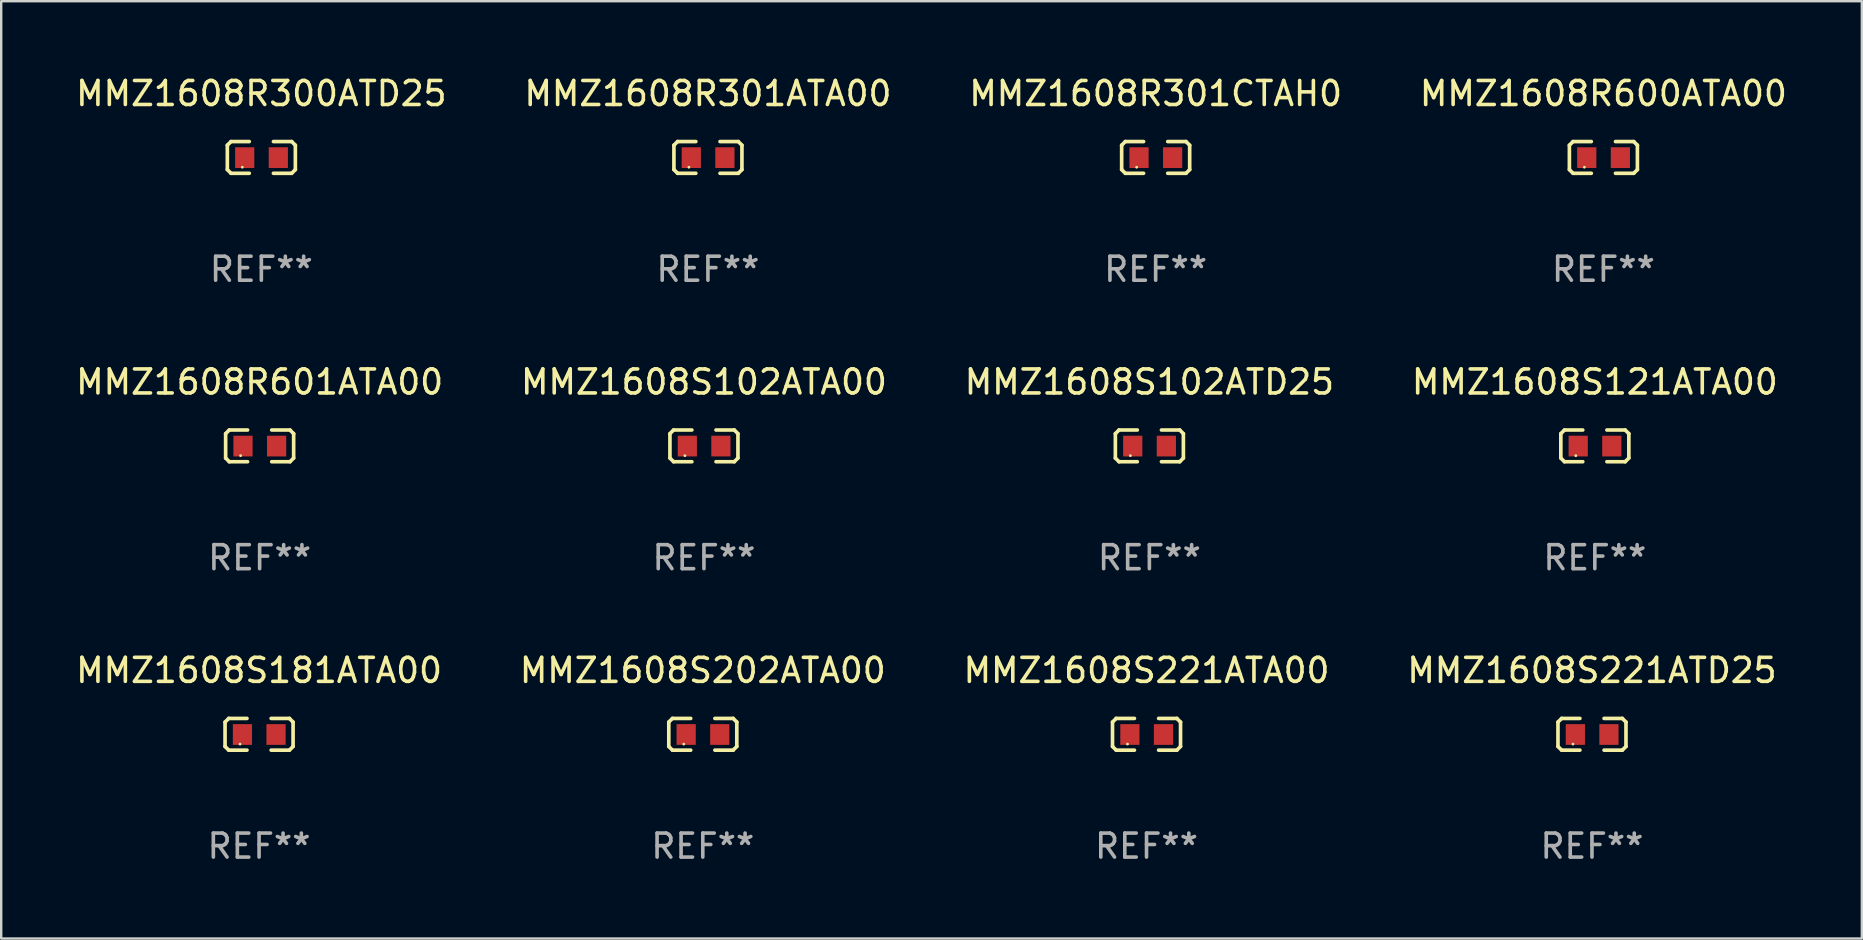
<source format=kicad_pcb>
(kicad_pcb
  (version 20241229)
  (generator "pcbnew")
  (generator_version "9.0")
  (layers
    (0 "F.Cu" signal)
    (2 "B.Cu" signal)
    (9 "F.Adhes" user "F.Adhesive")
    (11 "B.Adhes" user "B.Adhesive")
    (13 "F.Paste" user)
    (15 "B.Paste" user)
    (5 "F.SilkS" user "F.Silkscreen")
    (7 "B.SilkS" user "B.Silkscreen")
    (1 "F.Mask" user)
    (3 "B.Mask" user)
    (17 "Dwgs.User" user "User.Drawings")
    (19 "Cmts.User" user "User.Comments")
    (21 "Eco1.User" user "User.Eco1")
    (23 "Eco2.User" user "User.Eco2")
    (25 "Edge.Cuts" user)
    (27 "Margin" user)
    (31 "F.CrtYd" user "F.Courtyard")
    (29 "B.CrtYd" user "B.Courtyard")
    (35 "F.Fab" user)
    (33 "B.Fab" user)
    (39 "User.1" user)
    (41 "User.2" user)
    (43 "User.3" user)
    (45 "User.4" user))
  (footprint "MMZ1608R600ATA00"
    (layer "F.Cu")
    (at 63.756 3.509)
    (property "Reference" "MMZ1608R600ATA00" (at 0 -2.661 0) (layer "F.SilkS") (effects (font (size 1 1) (thickness 0.15))))
    (attr through_hole)
    (fp_line (start -1.417 -0.508) (end -1.265 -0.661) (stroke (width 0.152) (type solid)) (layer "F.SilkS"))
    (fp_line (start -1.417 0.508) (end -1.417 -0.508) (stroke (width 0.152) (type solid)) (layer "F.SilkS"))
    (fp_line (start -1.265 -0.661) (end -0.503 -0.661) (stroke (width 0.152) (type solid)) (layer "F.SilkS"))
    (fp_line (start -1.265 0.661) (end -1.417 0.508) (stroke (width 0.152) (type solid)) (layer "F.SilkS"))
    (fp_line (start -1.265 0.661) (end -0.503 0.661) (stroke (width 0.152) (type solid)) (layer "F.SilkS"))
    (fp_line (start 1.265 -0.661) (end 0.503 -0.661) (stroke (width 0.152) (type solid)) (layer "F.SilkS"))
    (fp_line (start 1.265 -0.661) (end 1.417 -0.508) (stroke (width 0.152) (type solid)) (layer "F.SilkS"))
    (fp_line (start 1.265 0.661) (end 0.503 0.661) (stroke (width 0.152) (type solid)) (layer "F.SilkS"))
    (fp_line (start 1.417 -0.508) (end 1.417 0.508) (stroke (width 0.152) (type solid)) (layer "F.SilkS"))
    (fp_line (start 1.417 0.508) (end 1.265 0.661) (stroke (width 0.152) (type solid)) (layer "F.SilkS"))
    (fp_circle (center -0.793 0.409) (end -0.763 0.409) (stroke (width 0.06) (type solid)) (fill no) (layer "F.SilkS"))
    (fp_text user "REF**" (at 0 4.661 0) (layer "F.Fab") (effects (font (size 1 1) (thickness 0.15))))
    (pad "1" smd rect (at -0.693 0.009 180) (size 0.8 0.864) (layers "F.Cu" "F.Mask" "F.Paste"))
    (pad "2" smd rect (at 0.707 0.009 180) (size 0.8 0.864) (layers "F.Cu" "F.Mask" "F.Paste")))
  (footprint "MMZ1608S121ATA00"
    (layer "F.Cu")
    (at 63.399 15.527)
    (property "Reference" "MMZ1608S121ATA00" (at 0 -2.661 0) (layer "F.SilkS") (effects (font (size 1 1) (thickness 0.15))))
    (attr through_hole)
    (fp_line (start -1.417 -0.508) (end -1.265 -0.661) (stroke (width 0.152) (type solid)) (layer "F.SilkS"))
    (fp_line (start -1.417 0.508) (end -1.417 -0.508) (stroke (width 0.152) (type solid)) (layer "F.SilkS"))
    (fp_line (start -1.265 -0.661) (end -0.503 -0.661) (stroke (width 0.152) (type solid)) (layer "F.SilkS"))
    (fp_line (start -1.265 0.661) (end -1.417 0.508) (stroke (width 0.152) (type solid)) (layer "F.SilkS"))
    (fp_line (start -1.265 0.661) (end -0.503 0.661) (stroke (width 0.152) (type solid)) (layer "F.SilkS"))
    (fp_line (start 1.265 -0.661) (end 0.503 -0.661) (stroke (width 0.152) (type solid)) (layer "F.SilkS"))
    (fp_line (start 1.265 -0.661) (end 1.417 -0.508) (stroke (width 0.152) (type solid)) (layer "F.SilkS"))
    (fp_line (start 1.265 0.661) (end 0.503 0.661) (stroke (width 0.152) (type solid)) (layer "F.SilkS"))
    (fp_line (start 1.417 -0.508) (end 1.417 0.508) (stroke (width 0.152) (type solid)) (layer "F.SilkS"))
    (fp_line (start 1.417 0.508) (end 1.265 0.661) (stroke (width 0.152) (type solid)) (layer "F.SilkS"))
    (fp_circle (center -0.793 0.409) (end -0.763 0.409) (stroke (width 0.06) (type solid)) (fill no) (layer "F.SilkS"))
    (fp_text user "REF**" (at 0 4.661 0) (layer "F.Fab") (effects (font (size 1 1) (thickness 0.15))))
    (pad "1" smd rect (at -0.693 0.009 180) (size 0.8 0.864) (layers "F.Cu" "F.Mask" "F.Paste"))
    (pad "2" smd rect (at 0.707 0.009 180) (size 0.8 0.864) (layers "F.Cu" "F.Mask" "F.Paste")))
  (footprint "MMZ1608S221ATD25"
    (layer "F.Cu")
    (at 63.28 27.544)
    (property "Reference" "MMZ1608S221ATD25" (at 0 -2.661 0) (layer "F.SilkS") (effects (font (size 1 1) (thickness 0.15))))
    (attr through_hole)
    (fp_line (start -1.417 -0.508) (end -1.265 -0.661) (stroke (width 0.152) (type solid)) (layer "F.SilkS"))
    (fp_line (start -1.417 0.508) (end -1.417 -0.508) (stroke (width 0.152) (type solid)) (layer "F.SilkS"))
    (fp_line (start -1.265 -0.661) (end -0.503 -0.661) (stroke (width 0.152) (type solid)) (layer "F.SilkS"))
    (fp_line (start -1.265 0.661) (end -1.417 0.508) (stroke (width 0.152) (type solid)) (layer "F.SilkS"))
    (fp_line (start -1.265 0.661) (end -0.503 0.661) (stroke (width 0.152) (type solid)) (layer "F.SilkS"))
    (fp_line (start 1.265 -0.661) (end 0.503 -0.661) (stroke (width 0.152) (type solid)) (layer "F.SilkS"))
    (fp_line (start 1.265 -0.661) (end 1.417 -0.508) (stroke (width 0.152) (type solid)) (layer "F.SilkS"))
    (fp_line (start 1.265 0.661) (end 0.503 0.661) (stroke (width 0.152) (type solid)) (layer "F.SilkS"))
    (fp_line (start 1.417 -0.508) (end 1.417 0.508) (stroke (width 0.152) (type solid)) (layer "F.SilkS"))
    (fp_line (start 1.417 0.508) (end 1.265 0.661) (stroke (width 0.152) (type solid)) (layer "F.SilkS"))
    (fp_circle (center -0.793 0.409) (end -0.763 0.409) (stroke (width 0.06) (type solid)) (fill no) (layer "F.SilkS"))
    (fp_text user "REF**" (at 0 4.661 0) (layer "F.Fab") (effects (font (size 1 1) (thickness 0.15))))
    (pad "1" smd rect (at -0.693 0.009 180) (size 0.8 0.864) (layers "F.Cu" "F.Mask" "F.Paste"))
    (pad "2" smd rect (at 0.707 0.009 180) (size 0.8 0.864) (layers "F.Cu" "F.Mask" "F.Paste")))
  (footprint "MMZ1608R601ATA00"
    (layer "F.Cu")
    (at 7.768 15.527)
    (property "Reference" "MMZ1608R601ATA00" (at 0 -2.661 0) (layer "F.SilkS") (effects (font (size 1 1) (thickness 0.15))))
    (attr through_hole)
    (fp_line (start -1.417 -0.508) (end -1.265 -0.661) (stroke (width 0.152) (type solid)) (layer "F.SilkS"))
    (fp_line (start -1.417 0.508) (end -1.417 -0.508) (stroke (width 0.152) (type solid)) (layer "F.SilkS"))
    (fp_line (start -1.265 -0.661) (end -0.503 -0.661) (stroke (width 0.152) (type solid)) (layer "F.SilkS"))
    (fp_line (start -1.265 0.661) (end -1.417 0.508) (stroke (width 0.152) (type solid)) (layer "F.SilkS"))
    (fp_line (start -1.265 0.661) (end -0.503 0.661) (stroke (width 0.152) (type solid)) (layer "F.SilkS"))
    (fp_line (start 1.265 -0.661) (end 0.503 -0.661) (stroke (width 0.152) (type solid)) (layer "F.SilkS"))
    (fp_line (start 1.265 -0.661) (end 1.417 -0.508) (stroke (width 0.152) (type solid)) (layer "F.SilkS"))
    (fp_line (start 1.265 0.661) (end 0.503 0.661) (stroke (width 0.152) (type solid)) (layer "F.SilkS"))
    (fp_line (start 1.417 -0.508) (end 1.417 0.508) (stroke (width 0.152) (type solid)) (layer "F.SilkS"))
    (fp_line (start 1.417 0.508) (end 1.265 0.661) (stroke (width 0.152) (type solid)) (layer "F.SilkS"))
    (fp_circle (center -0.793 0.409) (end -0.763 0.409) (stroke (width 0.06) (type solid)) (fill no) (layer "F.SilkS"))
    (fp_text user "REF**" (at 0 4.661 0) (layer "F.Fab") (effects (font (size 1 1) (thickness 0.15))))
    (pad "1" smd rect (at -0.693 0.009 180) (size 0.8 0.864) (layers "F.Cu" "F.Mask" "F.Paste"))
    (pad "2" smd rect (at 0.707 0.009 180) (size 0.8 0.864) (layers "F.Cu" "F.Mask" "F.Paste")))
  (footprint "MMZ1608S181ATA00"
    (layer "F.Cu")
    (at 7.744 27.544)
    (property "Reference" "MMZ1608S181ATA00" (at 0 -2.661 0) (layer "F.SilkS") (effects (font (size 1 1) (thickness 0.15))))
    (attr through_hole)
    (fp_line (start -1.417 -0.508) (end -1.265 -0.661) (stroke (width 0.152) (type solid)) (layer "F.SilkS"))
    (fp_line (start -1.417 0.508) (end -1.417 -0.508) (stroke (width 0.152) (type solid)) (layer "F.SilkS"))
    (fp_line (start -1.265 -0.661) (end -0.503 -0.661) (stroke (width 0.152) (type solid)) (layer "F.SilkS"))
    (fp_line (start -1.265 0.661) (end -1.417 0.508) (stroke (width 0.152) (type solid)) (layer "F.SilkS"))
    (fp_line (start -1.265 0.661) (end -0.503 0.661) (stroke (width 0.152) (type solid)) (layer "F.SilkS"))
    (fp_line (start 1.265 -0.661) (end 0.503 -0.661) (stroke (width 0.152) (type solid)) (layer "F.SilkS"))
    (fp_line (start 1.265 -0.661) (end 1.417 -0.508) (stroke (width 0.152) (type solid)) (layer "F.SilkS"))
    (fp_line (start 1.265 0.661) (end 0.503 0.661) (stroke (width 0.152) (type solid)) (layer "F.SilkS"))
    (fp_line (start 1.417 -0.508) (end 1.417 0.508) (stroke (width 0.152) (type solid)) (layer "F.SilkS"))
    (fp_line (start 1.417 0.508) (end 1.265 0.661) (stroke (width 0.152) (type solid)) (layer "F.SilkS"))
    (fp_circle (center -0.793 0.409) (end -0.763 0.409) (stroke (width 0.06) (type solid)) (fill no) (layer "F.SilkS"))
    (fp_text user "REF**" (at 0 4.661 0) (layer "F.Fab") (effects (font (size 1 1) (thickness 0.15))))
    (pad "1" smd rect (at -0.693 0.009 180) (size 0.8 0.864) (layers "F.Cu" "F.Mask" "F.Paste"))
    (pad "2" smd rect (at 0.707 0.009 180) (size 0.8 0.864) (layers "F.Cu" "F.Mask" "F.Paste")))
  (footprint "MMZ1608S102ATA00"
    (layer "F.Cu")
    (at 26.28 15.527)
    (property "Reference" "MMZ1608S102ATA00" (at 0 -2.661 0) (layer "F.SilkS") (effects (font (size 1 1) (thickness 0.15))))
    (attr through_hole)
    (fp_line (start -1.417 -0.508) (end -1.265 -0.661) (stroke (width 0.152) (type solid)) (layer "F.SilkS"))
    (fp_line (start -1.417 0.508) (end -1.417 -0.508) (stroke (width 0.152) (type solid)) (layer "F.SilkS"))
    (fp_line (start -1.265 -0.661) (end -0.503 -0.661) (stroke (width 0.152) (type solid)) (layer "F.SilkS"))
    (fp_line (start -1.265 0.661) (end -1.417 0.508) (stroke (width 0.152) (type solid)) (layer "F.SilkS"))
    (fp_line (start -1.265 0.661) (end -0.503 0.661) (stroke (width 0.152) (type solid)) (layer "F.SilkS"))
    (fp_line (start 1.265 -0.661) (end 0.503 -0.661) (stroke (width 0.152) (type solid)) (layer "F.SilkS"))
    (fp_line (start 1.265 -0.661) (end 1.417 -0.508) (stroke (width 0.152) (type solid)) (layer "F.SilkS"))
    (fp_line (start 1.265 0.661) (end 0.503 0.661) (stroke (width 0.152) (type solid)) (layer "F.SilkS"))
    (fp_line (start 1.417 -0.508) (end 1.417 0.508) (stroke (width 0.152) (type solid)) (layer "F.SilkS"))
    (fp_line (start 1.417 0.508) (end 1.265 0.661) (stroke (width 0.152) (type solid)) (layer "F.SilkS"))
    (fp_circle (center -0.793 0.409) (end -0.763 0.409) (stroke (width 0.06) (type solid)) (fill no) (layer "F.SilkS"))
    (fp_text user "REF**" (at 0 4.661 0) (layer "F.Fab") (effects (font (size 1 1) (thickness 0.15))))
    (pad "1" smd rect (at -0.693 0.009 180) (size 0.8 0.864) (layers "F.Cu" "F.Mask" "F.Paste"))
    (pad "2" smd rect (at 0.707 0.009 180) (size 0.8 0.864) (layers "F.Cu" "F.Mask" "F.Paste")))
  (footprint "MMZ1608S102ATD25"
    (layer "F.Cu")
    (at 44.839 15.527)
    (property "Reference" "MMZ1608S102ATD25" (at 0 -2.661 0) (layer "F.SilkS") (effects (font (size 1 1) (thickness 0.15))))
    (attr through_hole)
    (fp_line (start -1.417 -0.508) (end -1.265 -0.661) (stroke (width 0.152) (type solid)) (layer "F.SilkS"))
    (fp_line (start -1.417 0.508) (end -1.417 -0.508) (stroke (width 0.152) (type solid)) (layer "F.SilkS"))
    (fp_line (start -1.265 -0.661) (end -0.503 -0.661) (stroke (width 0.152) (type solid)) (layer "F.SilkS"))
    (fp_line (start -1.265 0.661) (end -1.417 0.508) (stroke (width 0.152) (type solid)) (layer "F.SilkS"))
    (fp_line (start -1.265 0.661) (end -0.503 0.661) (stroke (width 0.152) (type solid)) (layer "F.SilkS"))
    (fp_line (start 1.265 -0.661) (end 0.503 -0.661) (stroke (width 0.152) (type solid)) (layer "F.SilkS"))
    (fp_line (start 1.265 -0.661) (end 1.417 -0.508) (stroke (width 0.152) (type solid)) (layer "F.SilkS"))
    (fp_line (start 1.265 0.661) (end 0.503 0.661) (stroke (width 0.152) (type solid)) (layer "F.SilkS"))
    (fp_line (start 1.417 -0.508) (end 1.417 0.508) (stroke (width 0.152) (type solid)) (layer "F.SilkS"))
    (fp_line (start 1.417 0.508) (end 1.265 0.661) (stroke (width 0.152) (type solid)) (layer "F.SilkS"))
    (fp_circle (center -0.793 0.409) (end -0.763 0.409) (stroke (width 0.06) (type solid)) (fill no) (layer "F.SilkS"))
    (fp_text user "REF**" (at 0 4.661 0) (layer "F.Fab") (effects (font (size 1 1) (thickness 0.15))))
    (pad "1" smd rect (at -0.693 0.009 180) (size 0.8 0.864) (layers "F.Cu" "F.Mask" "F.Paste"))
    (pad "2" smd rect (at 0.707 0.009 180) (size 0.8 0.864) (layers "F.Cu" "F.Mask" "F.Paste")))
  (footprint "MMZ1608R301ATA00"
    (layer "F.Cu")
    (at 26.446 3.509)
    (property "Reference" "MMZ1608R301ATA00" (at 0 -2.661 0) (layer "F.SilkS") (effects (font (size 1 1) (thickness 0.15))))
    (attr through_hole)
    (fp_line (start -1.417 -0.508) (end -1.265 -0.661) (stroke (width 0.152) (type solid)) (layer "F.SilkS"))
    (fp_line (start -1.417 0.508) (end -1.417 -0.508) (stroke (width 0.152) (type solid)) (layer "F.SilkS"))
    (fp_line (start -1.265 -0.661) (end -0.503 -0.661) (stroke (width 0.152) (type solid)) (layer "F.SilkS"))
    (fp_line (start -1.265 0.661) (end -1.417 0.508) (stroke (width 0.152) (type solid)) (layer "F.SilkS"))
    (fp_line (start -1.265 0.661) (end -0.503 0.661) (stroke (width 0.152) (type solid)) (layer "F.SilkS"))
    (fp_line (start 1.265 -0.661) (end 0.503 -0.661) (stroke (width 0.152) (type solid)) (layer "F.SilkS"))
    (fp_line (start 1.265 -0.661) (end 1.417 -0.508) (stroke (width 0.152) (type solid)) (layer "F.SilkS"))
    (fp_line (start 1.265 0.661) (end 0.503 0.661) (stroke (width 0.152) (type solid)) (layer "F.SilkS"))
    (fp_line (start 1.417 -0.508) (end 1.417 0.508) (stroke (width 0.152) (type solid)) (layer "F.SilkS"))
    (fp_line (start 1.417 0.508) (end 1.265 0.661) (stroke (width 0.152) (type solid)) (layer "F.SilkS"))
    (fp_circle (center -0.793 0.409) (end -0.763 0.409) (stroke (width 0.06) (type solid)) (fill no) (layer "F.SilkS"))
    (fp_text user "REF**" (at 0 4.661 0) (layer "F.Fab") (effects (font (size 1 1) (thickness 0.15))))
    (pad "1" smd rect (at -0.693 0.009 180) (size 0.8 0.864) (layers "F.Cu" "F.Mask" "F.Paste"))
    (pad "2" smd rect (at 0.707 0.009 180) (size 0.8 0.864) (layers "F.Cu" "F.Mask" "F.Paste")))
  (footprint "MMZ1608R301CTAH0"
    (layer "F.Cu")
    (at 45.101 3.509)
    (property "Reference" "MMZ1608R301CTAH0" (at 0 -2.661 0) (layer "F.SilkS") (effects (font (size 1 1) (thickness 0.15))))
    (attr through_hole)
    (fp_line (start -1.417 -0.508) (end -1.265 -0.661) (stroke (width 0.152) (type solid)) (layer "F.SilkS"))
    (fp_line (start -1.417 0.508) (end -1.417 -0.508) (stroke (width 0.152) (type solid)) (layer "F.SilkS"))
    (fp_line (start -1.265 -0.661) (end -0.503 -0.661) (stroke (width 0.152) (type solid)) (layer "F.SilkS"))
    (fp_line (start -1.265 0.661) (end -1.417 0.508) (stroke (width 0.152) (type solid)) (layer "F.SilkS"))
    (fp_line (start -1.265 0.661) (end -0.503 0.661) (stroke (width 0.152) (type solid)) (layer "F.SilkS"))
    (fp_line (start 1.265 -0.661) (end 0.503 -0.661) (stroke (width 0.152) (type solid)) (layer "F.SilkS"))
    (fp_line (start 1.265 -0.661) (end 1.417 -0.508) (stroke (width 0.152) (type solid)) (layer "F.SilkS"))
    (fp_line (start 1.265 0.661) (end 0.503 0.661) (stroke (width 0.152) (type solid)) (layer "F.SilkS"))
    (fp_line (start 1.417 -0.508) (end 1.417 0.508) (stroke (width 0.152) (type solid)) (layer "F.SilkS"))
    (fp_line (start 1.417 0.508) (end 1.265 0.661) (stroke (width 0.152) (type solid)) (layer "F.SilkS"))
    (fp_circle (center -0.793 0.409) (end -0.763 0.409) (stroke (width 0.06) (type solid)) (fill no) (layer "F.SilkS"))
    (fp_text user "REF**" (at 0 4.661 0) (layer "F.Fab") (effects (font (size 1 1) (thickness 0.15))))
    (pad "1" smd rect (at -0.693 0.009 180) (size 0.8 0.864) (layers "F.Cu" "F.Mask" "F.Paste"))
    (pad "2" smd rect (at 0.707 0.009 180) (size 0.8 0.864) (layers "F.Cu" "F.Mask" "F.Paste")))
  (footprint "MMZ1608S221ATA00"
    (layer "F.Cu")
    (at 44.72 27.544)
    (property "Reference" "MMZ1608S221ATA00" (at 0 -2.661 0) (layer "F.SilkS") (effects (font (size 1 1) (thickness 0.15))))
    (attr through_hole)
    (fp_line (start -1.417 -0.508) (end -1.265 -0.661) (stroke (width 0.152) (type solid)) (layer "F.SilkS"))
    (fp_line (start -1.417 0.508) (end -1.417 -0.508) (stroke (width 0.152) (type solid)) (layer "F.SilkS"))
    (fp_line (start -1.265 -0.661) (end -0.503 -0.661) (stroke (width 0.152) (type solid)) (layer "F.SilkS"))
    (fp_line (start -1.265 0.661) (end -1.417 0.508) (stroke (width 0.152) (type solid)) (layer "F.SilkS"))
    (fp_line (start -1.265 0.661) (end -0.503 0.661) (stroke (width 0.152) (type solid)) (layer "F.SilkS"))
    (fp_line (start 1.265 -0.661) (end 0.503 -0.661) (stroke (width 0.152) (type solid)) (layer "F.SilkS"))
    (fp_line (start 1.265 -0.661) (end 1.417 -0.508) (stroke (width 0.152) (type solid)) (layer "F.SilkS"))
    (fp_line (start 1.265 0.661) (end 0.503 0.661) (stroke (width 0.152) (type solid)) (layer "F.SilkS"))
    (fp_line (start 1.417 -0.508) (end 1.417 0.508) (stroke (width 0.152) (type solid)) (layer "F.SilkS"))
    (fp_line (start 1.417 0.508) (end 1.265 0.661) (stroke (width 0.152) (type solid)) (layer "F.SilkS"))
    (fp_circle (center -0.793 0.409) (end -0.763 0.409) (stroke (width 0.06) (type solid)) (fill no) (layer "F.SilkS"))
    (fp_text user "REF**" (at 0 4.661 0) (layer "F.Fab") (effects (font (size 1 1) (thickness 0.15))))
    (pad "1" smd rect (at -0.693 0.009 180) (size 0.8 0.864) (layers "F.Cu" "F.Mask" "F.Paste"))
    (pad "2" smd rect (at 0.707 0.009 180) (size 0.8 0.864) (layers "F.Cu" "F.Mask" "F.Paste")))
  (footprint "MMZ1608R300ATD25"
    (layer "F.Cu")
    (at 7.839 3.509)
    (property "Reference" "MMZ1608R300ATD25" (at 0 -2.661 0) (layer "F.SilkS") (effects (font (size 1 1) (thickness 0.15))))
    (attr through_hole)
    (fp_line (start -1.417 -0.508) (end -1.265 -0.661) (stroke (width 0.152) (type solid)) (layer "F.SilkS"))
    (fp_line (start -1.417 0.508) (end -1.417 -0.508) (stroke (width 0.152) (type solid)) (layer "F.SilkS"))
    (fp_line (start -1.265 -0.661) (end -0.503 -0.661) (stroke (width 0.152) (type solid)) (layer "F.SilkS"))
    (fp_line (start -1.265 0.661) (end -1.417 0.508) (stroke (width 0.152) (type solid)) (layer "F.SilkS"))
    (fp_line (start -1.265 0.661) (end -0.503 0.661) (stroke (width 0.152) (type solid)) (layer "F.SilkS"))
    (fp_line (start 1.265 -0.661) (end 0.503 -0.661) (stroke (width 0.152) (type solid)) (layer "F.SilkS"))
    (fp_line (start 1.265 -0.661) (end 1.417 -0.508) (stroke (width 0.152) (type solid)) (layer "F.SilkS"))
    (fp_line (start 1.265 0.661) (end 0.503 0.661) (stroke (width 0.152) (type solid)) (layer "F.SilkS"))
    (fp_line (start 1.417 -0.508) (end 1.417 0.508) (stroke (width 0.152) (type solid)) (layer "F.SilkS"))
    (fp_line (start 1.417 0.508) (end 1.265 0.661) (stroke (width 0.152) (type solid)) (layer "F.SilkS"))
    (fp_circle (center -0.793 0.409) (end -0.763 0.409) (stroke (width 0.06) (type solid)) (fill no) (layer "F.SilkS"))
    (fp_text user "REF**" (at 0 4.661 0) (layer "F.Fab") (effects (font (size 1 1) (thickness 0.15))))
    (pad "1" smd rect (at -0.693 0.009 180) (size 0.8 0.864) (layers "F.Cu" "F.Mask" "F.Paste"))
    (pad "2" smd rect (at 0.707 0.009 180) (size 0.8 0.864) (layers "F.Cu" "F.Mask" "F.Paste")))
  (footprint "MMZ1608S202ATA00"
    (layer "F.Cu")
    (at 26.232 27.544)
    (property "Reference" "MMZ1608S202ATA00" (at 0 -2.661 0) (layer "F.SilkS") (effects (font (size 1 1) (thickness 0.15))))
    (attr through_hole)
    (fp_line (start -1.417 -0.508) (end -1.265 -0.661) (stroke (width 0.152) (type solid)) (layer "F.SilkS"))
    (fp_line (start -1.417 0.508) (end -1.417 -0.508) (stroke (width 0.152) (type solid)) (layer "F.SilkS"))
    (fp_line (start -1.265 -0.661) (end -0.503 -0.661) (stroke (width 0.152) (type solid)) (layer "F.SilkS"))
    (fp_line (start -1.265 0.661) (end -1.417 0.508) (stroke (width 0.152) (type solid)) (layer "F.SilkS"))
    (fp_line (start -1.265 0.661) (end -0.503 0.661) (stroke (width 0.152) (type solid)) (layer "F.SilkS"))
    (fp_line (start 1.265 -0.661) (end 0.503 -0.661) (stroke (width 0.152) (type solid)) (layer "F.SilkS"))
    (fp_line (start 1.265 -0.661) (end 1.417 -0.508) (stroke (width 0.152) (type solid)) (layer "F.SilkS"))
    (fp_line (start 1.265 0.661) (end 0.503 0.661) (stroke (width 0.152) (type solid)) (layer "F.SilkS"))
    (fp_line (start 1.417 -0.508) (end 1.417 0.508) (stroke (width 0.152) (type solid)) (layer "F.SilkS"))
    (fp_line (start 1.417 0.508) (end 1.265 0.661) (stroke (width 0.152) (type solid)) (layer "F.SilkS"))
    (fp_circle (center -0.793 0.409) (end -0.763 0.409) (stroke (width 0.06) (type solid)) (fill no) (layer "F.SilkS"))
    (fp_text user "REF**" (at 0 4.661 0) (layer "F.Fab") (effects (font (size 1 1) (thickness 0.15))))
    (pad "1" smd rect (at -0.693 0.009 180) (size 0.8 0.864) (layers "F.Cu" "F.Mask" "F.Paste"))
    (pad "2" smd rect (at 0.707 0.009 180) (size 0.8 0.864) (layers "F.Cu" "F.Mask" "F.Paste")))
  (gr_rect
    (start -3 -3)
    (end 74.524 36.053)
    (stroke (width 0.1) (type default))
    (fill no)
    (layer "Edge.Cuts")))
</source>
